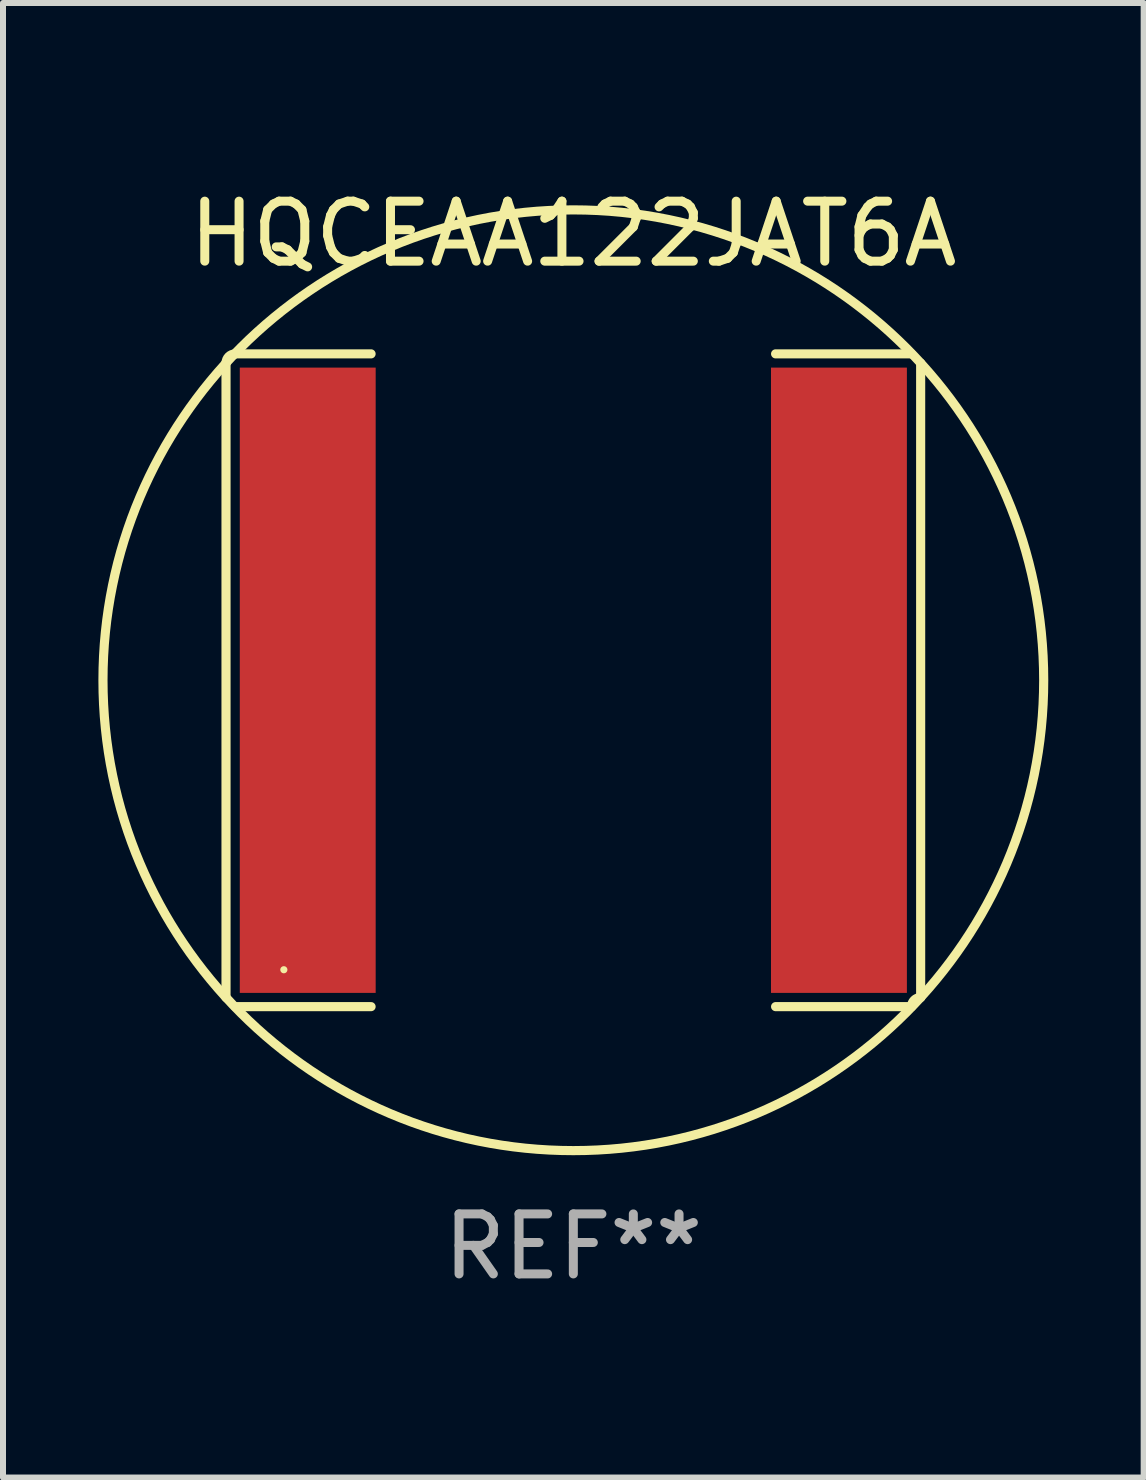
<source format=kicad_pcb>
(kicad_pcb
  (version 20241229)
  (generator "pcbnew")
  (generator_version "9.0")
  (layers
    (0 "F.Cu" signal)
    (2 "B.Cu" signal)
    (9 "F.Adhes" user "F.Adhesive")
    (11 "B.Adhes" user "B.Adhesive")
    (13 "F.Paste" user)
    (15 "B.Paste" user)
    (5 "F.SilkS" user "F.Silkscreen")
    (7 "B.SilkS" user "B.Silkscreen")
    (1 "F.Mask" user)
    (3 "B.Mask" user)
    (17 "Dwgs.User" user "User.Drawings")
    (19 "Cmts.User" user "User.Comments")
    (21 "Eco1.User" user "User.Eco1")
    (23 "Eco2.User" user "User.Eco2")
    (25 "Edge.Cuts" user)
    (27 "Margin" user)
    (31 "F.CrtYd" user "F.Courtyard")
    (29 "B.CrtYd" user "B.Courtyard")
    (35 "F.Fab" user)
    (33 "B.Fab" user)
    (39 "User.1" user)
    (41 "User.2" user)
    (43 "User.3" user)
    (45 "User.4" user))
  (footprint "HQCEAA122JAT6A"
    (layer "F.Cu")
    (at 6.506 8.288)
    (property "Reference" "HQCEAA122JAT6A" (at 0 -7.44 0) (layer "F.SilkS") (effects (font (size 1 1) (thickness 0.15))))
    (attr through_hole)
    (fp_line (start -5.789 -5.287) (end -5.789 5.287) (stroke (width 0.152) (type solid)) (layer "F.SilkS"))
    (fp_line (start -5.636 5.44) (end -3.371 5.44) (stroke (width 0.152) (type solid)) (layer "F.SilkS"))
    (fp_line (start -3.371 -5.44) (end -5.636 -5.44) (stroke (width 0.152) (type solid)) (layer "F.SilkS"))
    (fp_line (start 3.371 -5.44) (end 5.636 -5.44) (stroke (width 0.152) (type solid)) (layer "F.SilkS"))
    (fp_line (start 5.636 5.44) (end 3.371 5.44) (stroke (width 0.152) (type solid)) (layer "F.SilkS"))
    (fp_line (start 5.789 -5.287) (end 5.789 5.287) (stroke (width 0.152) (type solid)) (layer "F.SilkS"))
    (fp_arc (start -5.7886 -5.287201) (mid -5.743963 -5.394964) (end -5.6362 -5.439601) (stroke (width 0.1524) (type solid)) (layer "F.SilkS"))
    (fp_arc (start -5.7886 5.287201) (mid 5.788578 -5.287179) (end -5.7886 5.287201) (stroke (width 0.1524) (type solid)) (layer "F.SilkS"))
    (fp_arc (start 5.6362 5.439601) (mid 5.680837 5.331838) (end 5.7886 5.287201) (stroke (width 0.1524) (type solid)) (layer "F.SilkS"))
    (fp_circle (center -4.825 4.825) (end -4.795 4.825) (stroke (width 0.06) (type solid)) (fill no) (layer "F.SilkS"))
    (fp_text user "REF**" (at 0 9.44 0) (layer "F.Fab") (effects (font (size 1 1) (thickness 0.15))))
    (pad "1" smd rect (at -4.427 0) (size 2.265 10.422) (layers "F.Cu" "F.Mask" "F.Paste"))
    (pad "2" smd rect (at 4.427 0) (size 2.265 10.422) (layers "F.Cu" "F.Mask" "F.Paste")))
  (gr_rect
    (start -3 -3)
    (end 16.012 21.576)
    (stroke (width 0.1) (type default))
    (fill no)
    (layer "Edge.Cuts")))
</source>
